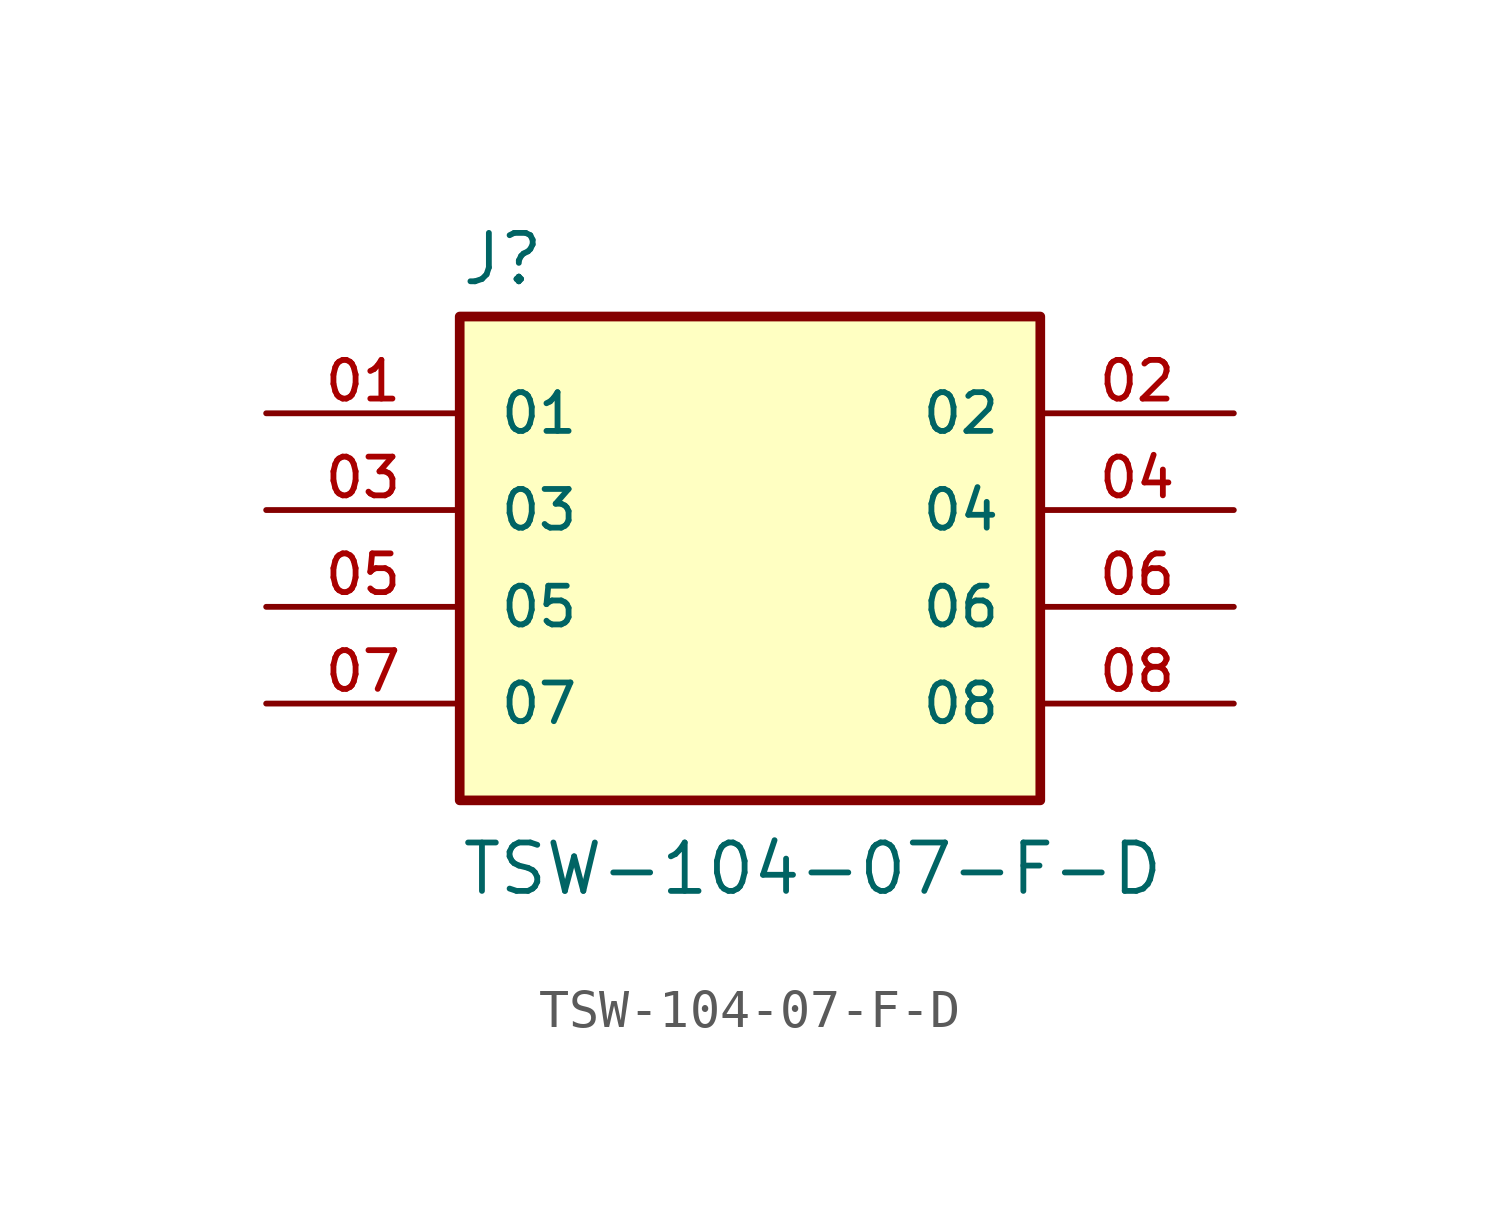
<source format=kicad_sym>
(kicad_symbol_lib
  (version 20211014)
  (generator kicad_symbol_editor)
  (symbol "TSW-104-07-F-D"
    (pin_names
      (offset 1.016))
    (property "Reference" "J"
      (at -7.62 8.382 0)
      (effects (font (size 1.27 1.27)) (justify bottom left)))
    (property "Value" "TSW-104-07-F-D"
      (at -7.62 -7.62 0)
      (effects (font (size 1.27 1.27)) (justify bottom left)))
    (symbol "TSW-104-07-F-D_0_0"
      (rectangle (start -7.62 -5.08) (end 7.62 7.62) (stroke (width 0.254)) (fill (type background)))
      (pin passive line (at -12.7 5.08 0) (length 5.08) (name "01" (effects (font (size 1.016 1.016)))) (number "01" (effects (font (size 1.016 1.016)))))
      (pin passive line (at 12.7 5.08 180.0) (length 5.08) (name "02" (effects (font (size 1.016 1.016)))) (number "02" (effects (font (size 1.016 1.016)))))
      (pin passive line (at -12.7 2.54 0) (length 5.08) (name "03" (effects (font (size 1.016 1.016)))) (number "03" (effects (font (size 1.016 1.016)))))
      (pin passive line (at 12.7 2.54 180.0) (length 5.08) (name "04" (effects (font (size 1.016 1.016)))) (number "04" (effects (font (size 1.016 1.016)))))
      (pin passive line (at -12.7 0.0 0) (length 5.08) (name "05" (effects (font (size 1.016 1.016)))) (number "05" (effects (font (size 1.016 1.016)))))
      (pin passive line (at 12.7 0.0 180.0) (length 5.08) (name "06" (effects (font (size 1.016 1.016)))) (number "06" (effects (font (size 1.016 1.016)))))
      (pin passive line (at -12.7 -2.54 0) (length 5.08) (name "07" (effects (font (size 1.016 1.016)))) (number "07" (effects (font (size 1.016 1.016)))))
      (pin passive line (at 12.7 -2.54 180.0) (length 5.08) (name "08" (effects (font (size 1.016 1.016)))) (number "08" (effects (font (size 1.016 1.016))))))))
</source>
